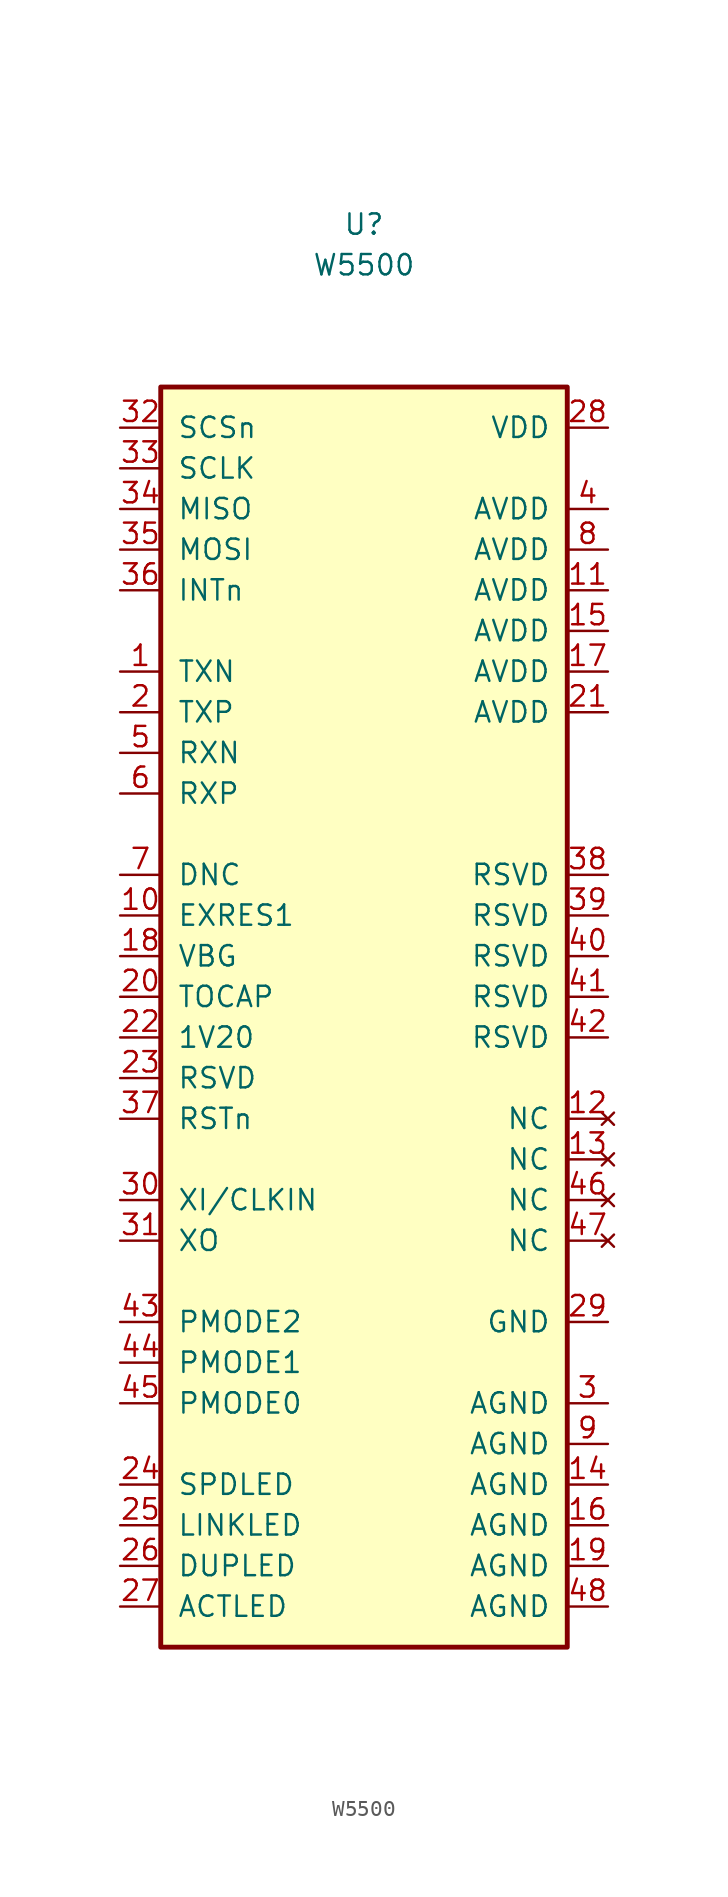
<source format=kicad_sym>
(kicad_symbol_lib
  (version 20211014)
  (generator kicad_symbol_editor)
  (symbol "W5500"
    (pin_names
      (offset 1.016))
    (property "Reference" "U"
      (at 0 48.26 0)
      (effects (font (size 1.27 1.27))))
    (property "Value" "W5500"
      (at 0 45.72 0)
      (effects (font (size 1.27 1.27))))
    (symbol "W5500_0_1"
      (rectangle (start -12.7 38.1) (end 12.7 -40.64) (stroke (width 0.305) (type default) (color 0 0 0 0)) (fill (type background))))
    (symbol "W5500_1_1"
      (pin output line (at -15.24 20.32 0) (length 2.54) (name "TXN" (effects (font (size 1.27 1.27)))) (number "1" (effects (font (size 1.27 1.27)))))
      (pin bidirectional line (at -15.24 5.08 0) (length 2.54) (name "EXRES1" (effects (font (size 1.27 1.27)))) (number "10" (effects (font (size 1.27 1.27)))))
      (pin power_in line (at 15.24 25.4 180) (length 2.54) (name "AVDD" (effects (font (size 1.27 1.27)))) (number "11" (effects (font (size 1.27 1.27)))))
      (pin no_connect line (at 15.24 -7.62 180) (length 2.54) (name "NC" (effects (font (size 1.27 1.27)))) (number "12" (effects (font (size 1.27 1.27)))))
      (pin no_connect line (at 15.24 -10.16 180) (length 2.54) (name "NC" (effects (font (size 1.27 1.27)))) (number "13" (effects (font (size 1.27 1.27)))))
      (pin power_in line (at 15.24 -30.48 180) (length 2.54) (name "AGND" (effects (font (size 1.27 1.27)))) (number "14" (effects (font (size 1.27 1.27)))))
      (pin power_in line (at 15.24 22.86 180) (length 2.54) (name "AVDD" (effects (font (size 1.27 1.27)))) (number "15" (effects (font (size 1.27 1.27)))))
      (pin power_in line (at 15.24 -33.02 180) (length 2.54) (name "AGND" (effects (font (size 1.27 1.27)))) (number "16" (effects (font (size 1.27 1.27)))))
      (pin power_in line (at 15.24 20.32 180) (length 2.54) (name "AVDD" (effects (font (size 1.27 1.27)))) (number "17" (effects (font (size 1.27 1.27)))))
      (pin output line (at -15.24 2.54 0) (length 2.54) (name "VBG" (effects (font (size 1.27 1.27)))) (number "18" (effects (font (size 1.27 1.27)))))
      (pin power_in line (at 15.24 -35.56 180) (length 2.54) (name "AGND" (effects (font (size 1.27 1.27)))) (number "19" (effects (font (size 1.27 1.27)))))
      (pin output line (at -15.24 17.78 0) (length 2.54) (name "TXP" (effects (font (size 1.27 1.27)))) (number "2" (effects (font (size 1.27 1.27)))))
      (pin output line (at -15.24 0 0) (length 2.54) (name "TOCAP" (effects (font (size 1.27 1.27)))) (number "20" (effects (font (size 1.27 1.27)))))
      (pin power_in line (at 15.24 17.78 180) (length 2.54) (name "AVDD" (effects (font (size 1.27 1.27)))) (number "21" (effects (font (size 1.27 1.27)))))
      (pin power_out line (at -15.24 -2.54 0) (length 2.54) (name "1V20" (effects (font (size 1.27 1.27)))) (number "22" (effects (font (size 1.27 1.27)))))
      (pin input line (at -15.24 -5.08 0) (length 2.54) (name "RSVD" (effects (font (size 1.27 1.27)))) (number "23" (effects (font (size 1.27 1.27)))))
      (pin output line (at -15.24 -30.48 0) (length 2.54) (name "SPDLED" (effects (font (size 1.27 1.27)))) (number "24" (effects (font (size 1.27 1.27)))))
      (pin output line (at -15.24 -33.02 0) (length 2.54) (name "LINKLED" (effects (font (size 1.27 1.27)))) (number "25" (effects (font (size 1.27 1.27)))))
      (pin output line (at -15.24 -35.56 0) (length 2.54) (name "DUPLED" (effects (font (size 1.27 1.27)))) (number "26" (effects (font (size 1.27 1.27)))))
      (pin output line (at -15.24 -38.1 0) (length 2.54) (name "ACTLED" (effects (font (size 1.27 1.27)))) (number "27" (effects (font (size 1.27 1.27)))))
      (pin power_in line (at 15.24 35.56 180) (length 2.54) (name "VDD" (effects (font (size 1.27 1.27)))) (number "28" (effects (font (size 1.27 1.27)))))
      (pin power_in line (at 15.24 -20.32 180) (length 2.54) (name "GND" (effects (font (size 1.27 1.27)))) (number "29" (effects (font (size 1.27 1.27)))))
      (pin power_in line (at 15.24 -25.4 180) (length 2.54) (name "AGND" (effects (font (size 1.27 1.27)))) (number "3" (effects (font (size 1.27 1.27)))))
      (pin input line (at -15.24 -12.7 0) (length 2.54) (name "XI/CLKIN" (effects (font (size 1.27 1.27)))) (number "30" (effects (font (size 1.27 1.27)))))
      (pin output line (at -15.24 -15.24 0) (length 2.54) (name "XO" (effects (font (size 1.27 1.27)))) (number "31" (effects (font (size 1.27 1.27)))))
      (pin input line (at -15.24 35.56 0) (length 2.54) (name "SCSn" (effects (font (size 1.27 1.27)))) (number "32" (effects (font (size 1.27 1.27)))))
      (pin input line (at -15.24 33.02 0) (length 2.54) (name "SCLK" (effects (font (size 1.27 1.27)))) (number "33" (effects (font (size 1.27 1.27)))))
      (pin output line (at -15.24 30.48 0) (length 2.54) (name "MISO" (effects (font (size 1.27 1.27)))) (number "34" (effects (font (size 1.27 1.27)))))
      (pin input line (at -15.24 27.94 0) (length 2.54) (name "MOSI" (effects (font (size 1.27 1.27)))) (number "35" (effects (font (size 1.27 1.27)))))
      (pin output line (at -15.24 25.4 0) (length 2.54) (name "INTn" (effects (font (size 1.27 1.27)))) (number "36" (effects (font (size 1.27 1.27)))))
      (pin input line (at -15.24 -7.62 0) (length 2.54) (name "RSTn" (effects (font (size 1.27 1.27)))) (number "37" (effects (font (size 1.27 1.27)))))
      (pin input line (at 15.24 7.62 180) (length 2.54) (name "RSVD" (effects (font (size 1.27 1.27)))) (number "38" (effects (font (size 1.27 1.27)))))
      (pin input line (at 15.24 5.08 180) (length 2.54) (name "RSVD" (effects (font (size 1.27 1.27)))) (number "39" (effects (font (size 1.27 1.27)))))
      (pin power_in line (at 15.24 30.48 180) (length 2.54) (name "AVDD" (effects (font (size 1.27 1.27)))) (number "4" (effects (font (size 1.27 1.27)))))
      (pin input line (at 15.24 2.54 180) (length 2.54) (name "RSVD" (effects (font (size 1.27 1.27)))) (number "40" (effects (font (size 1.27 1.27)))))
      (pin input line (at 15.24 0 180) (length 2.54) (name "RSVD" (effects (font (size 1.27 1.27)))) (number "41" (effects (font (size 1.27 1.27)))))
      (pin input line (at 15.24 -2.54 180) (length 2.54) (name "RSVD" (effects (font (size 1.27 1.27)))) (number "42" (effects (font (size 1.27 1.27)))))
      (pin input line (at -15.24 -20.32 0) (length 2.54) (name "PMODE2" (effects (font (size 1.27 1.27)))) (number "43" (effects (font (size 1.27 1.27)))))
      (pin input line (at -15.24 -22.86 0) (length 2.54) (name "PMODE1" (effects (font (size 1.27 1.27)))) (number "44" (effects (font (size 1.27 1.27)))))
      (pin input line (at -15.24 -25.4 0) (length 2.54) (name "PMODE0" (effects (font (size 1.27 1.27)))) (number "45" (effects (font (size 1.27 1.27)))))
      (pin no_connect line (at 15.24 -12.7 180) (length 2.54) (name "NC" (effects (font (size 1.27 1.27)))) (number "46" (effects (font (size 1.27 1.27)))))
      (pin no_connect line (at 15.24 -15.24 180) (length 2.54) (name "NC" (effects (font (size 1.27 1.27)))) (number "47" (effects (font (size 1.27 1.27)))))
      (pin power_in line (at 15.24 -38.1 180) (length 2.54) (name "AGND" (effects (font (size 1.27 1.27)))) (number "48" (effects (font (size 1.27 1.27)))))
      (pin input line (at -15.24 15.24 0) (length 2.54) (name "RXN" (effects (font (size 1.27 1.27)))) (number "5" (effects (font (size 1.27 1.27)))))
      (pin input line (at -15.24 12.7 0) (length 2.54) (name "RXP" (effects (font (size 1.27 1.27)))) (number "6" (effects (font (size 1.27 1.27)))))
      (pin bidirectional line (at -15.24 7.62 0) (length 2.54) (name "DNC" (effects (font (size 1.27 1.27)))) (number "7" (effects (font (size 1.27 1.27)))))
      (pin power_in line (at 15.24 27.94 180) (length 2.54) (name "AVDD" (effects (font (size 1.27 1.27)))) (number "8" (effects (font (size 1.27 1.27)))))
      (pin power_in line (at 15.24 -27.94 180) (length 2.54) (name "AGND" (effects (font (size 1.27 1.27)))) (number "9" (effects (font (size 1.27 1.27))))))))
</source>
